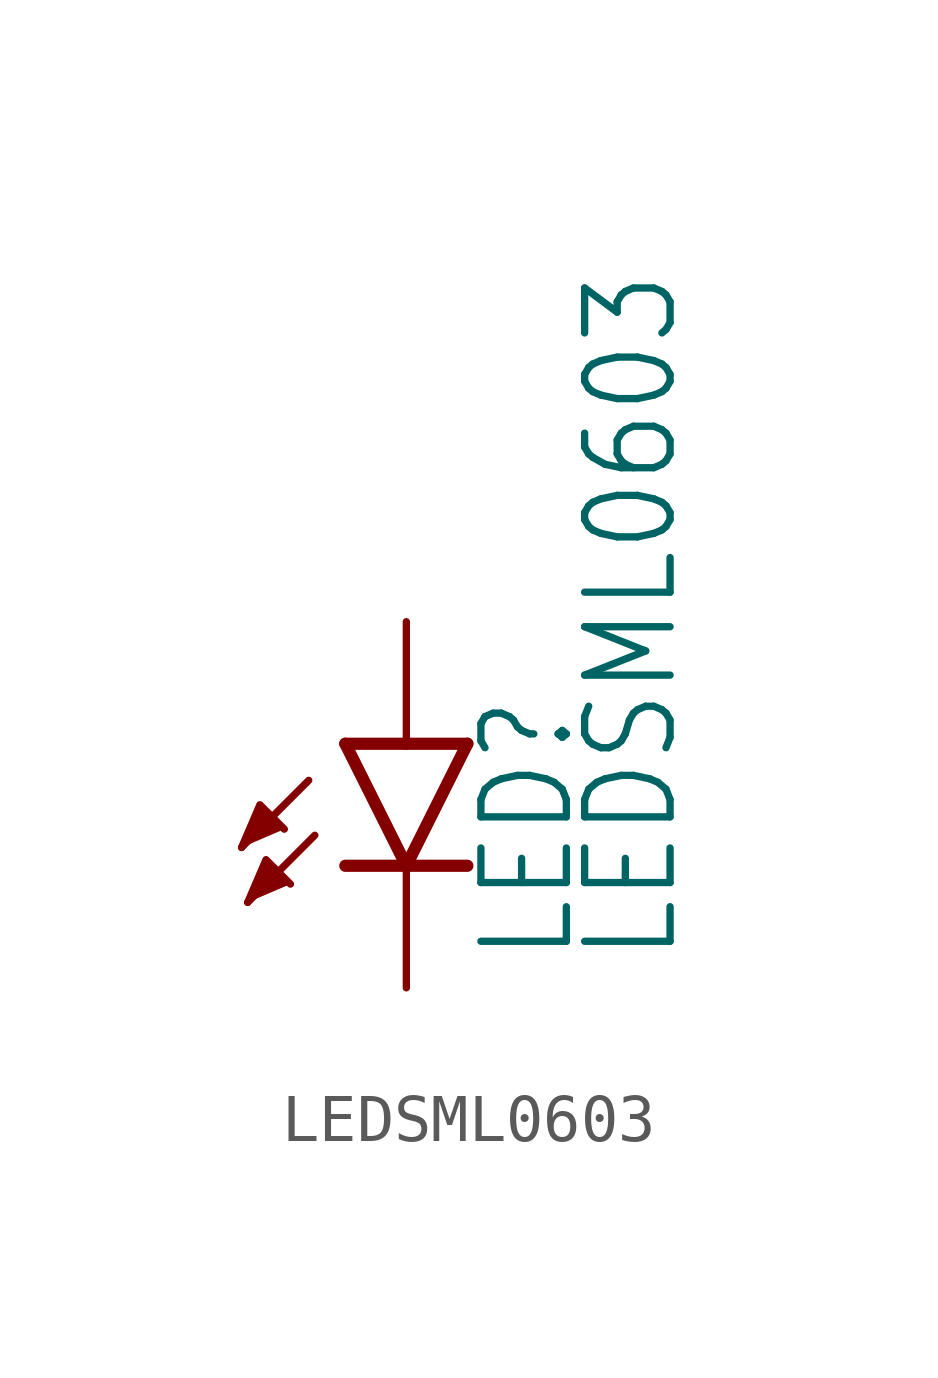
<source format=kicad_sym>
(kicad_symbol_lib
  (version 20211014)
  (generator kicad_symbol_editor)
  (symbol "LEDSML0603"
    (property "Reference" "LED"
      (at 3.556 -4.572 90)
      (effects (font (size 1.778 1.511)) (justify left bottom)))
    (property "Value" "LEDSML0603"
      (at 5.715 -4.572 90)
      (effects (font (size 1.778 1.511)) (justify left bottom)))
    (property "ki_locked" ""
      (at 0 0 0)
      (effects (font (size 1.27 1.27))))
    (symbol "LEDSML0603_1_0"
      (polyline (pts (xy -2.032 -0.762) (xy -3.429 -2.159)) (stroke (width 0.152) (type default) (color 0 0 0 0)) (fill (type none)))
      (polyline (pts (xy -1.905 -1.905) (xy -3.302 -3.302)) (stroke (width 0.152) (type default) (color 0 0 0 0)) (fill (type none)))
      (polyline (pts (xy 0 -2.54) (xy -1.27 -2.54)) (stroke (width 0.254) (type default) (color 0 0 0 0)) (fill (type none)))
      (polyline (pts (xy 0 -2.54) (xy -1.27 0)) (stroke (width 0.254) (type default) (color 0 0 0 0)) (fill (type none)))
      (polyline (pts (xy 0 0) (xy -1.27 0)) (stroke (width 0.254) (type default) (color 0 0 0 0)) (fill (type none)))
      (polyline (pts (xy 1.27 -2.54) (xy 0 -2.54)) (stroke (width 0.254) (type default) (color 0 0 0 0)) (fill (type none)))
      (polyline (pts (xy 1.27 0) (xy 0 -2.54)) (stroke (width 0.254) (type default) (color 0 0 0 0)) (fill (type none)))
      (polyline (pts (xy 1.27 0) (xy 0 0)) (stroke (width 0.254) (type default) (color 0 0 0 0)) (fill (type none)))
      (polyline (pts (xy -3.429 -2.159) (xy -3.048 -1.27) (xy -2.54 -1.778)) (stroke (width 0) (type default) (color 0 0 0 0)) (fill (type outline)))
      (polyline (pts (xy -3.302 -3.302) (xy -2.921 -2.413) (xy -2.413 -2.921)) (stroke (width 0) (type default) (color 0 0 0 0)) (fill (type outline)))
      (pin passive line (at 0 -5.08 90) (length 2.54) (name "C" (effects (font (size 0 0)))) (number "1" (effects (font (size 0 0)))))
      (pin passive line (at 0 2.54 270) (length 2.54) (name "A" (effects (font (size 0 0)))) (number "2" (effects (font (size 0 0))))))))
</source>
